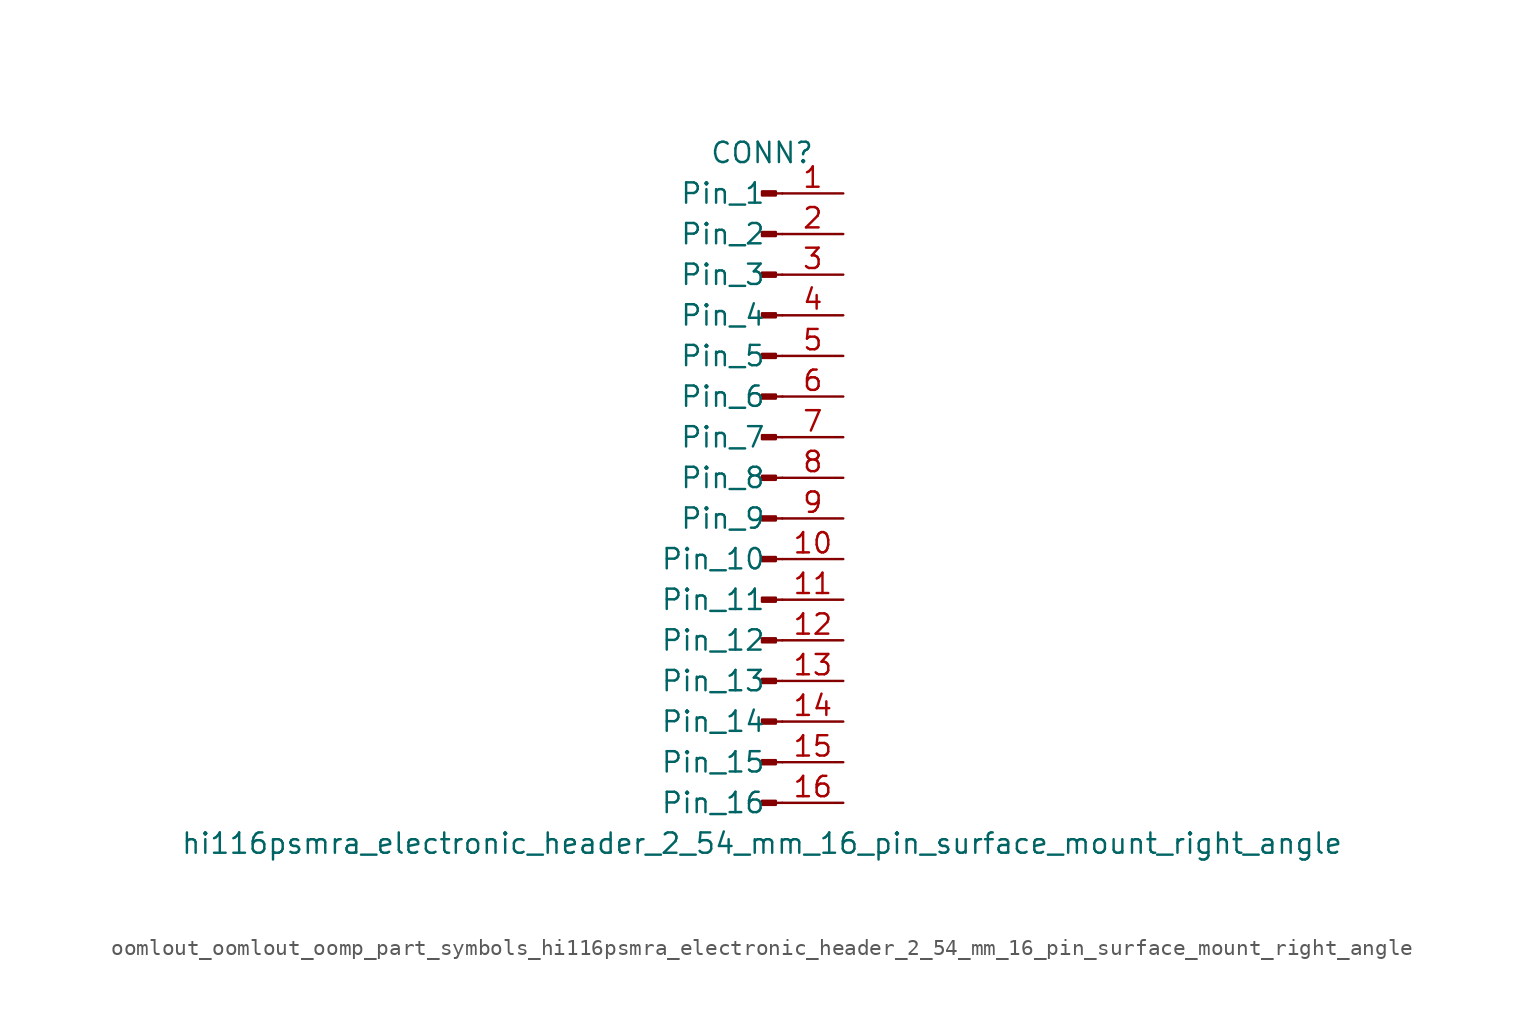
<source format=kicad_sym>
(kicad_symbol_lib
  (version 20220914)
  (generator kicad_symbol_editor)
  (symbol "oomlout_oomlout_oomp_part_symbols_hi116psmra_electronic_header_2_54_mm_16_pin_surface_mount_right_angle"
    (pin_names
      (offset 1.016))
    (property "Reference" "CONN"
      (at 0 20.32 0)
      (effects (font (size 1.27 1.27))))
    (property "Value" "hi116psmra_electronic_header_2_54_mm_16_pin_surface_mount_right_angle"
      (at 0 -22.86 0)
      (effects (font (size 1.27 1.27))))
    (property "ki_locked" ""
      (at 0 0 0)
      (effects (font (size 1.27 1.27))))
    (symbol "oomlout_oomlout_oomp_part_symbols_hi116psmra_electronic_header_2_54_mm_16_pin_surface_mount_right_angle_1_1"
      (polyline (pts (xy 1.27 -20.32) (xy 0.864 -20.32)) (stroke (width 0.152) (type default)) (fill (type none)))
      (polyline (pts (xy 1.27 -17.78) (xy 0.864 -17.78)) (stroke (width 0.152) (type default)) (fill (type none)))
      (polyline (pts (xy 1.27 -15.24) (xy 0.864 -15.24)) (stroke (width 0.152) (type default)) (fill (type none)))
      (polyline (pts (xy 1.27 -12.7) (xy 0.864 -12.7)) (stroke (width 0.152) (type default)) (fill (type none)))
      (polyline (pts (xy 1.27 -10.16) (xy 0.864 -10.16)) (stroke (width 0.152) (type default)) (fill (type none)))
      (polyline (pts (xy 1.27 -7.62) (xy 0.864 -7.62)) (stroke (width 0.152) (type default)) (fill (type none)))
      (polyline (pts (xy 1.27 -5.08) (xy 0.864 -5.08)) (stroke (width 0.152) (type default)) (fill (type none)))
      (polyline (pts (xy 1.27 -2.54) (xy 0.864 -2.54)) (stroke (width 0.152) (type default)) (fill (type none)))
      (polyline (pts (xy 1.27 0) (xy 0.864 0)) (stroke (width 0.152) (type default)) (fill (type none)))
      (polyline (pts (xy 1.27 2.54) (xy 0.864 2.54)) (stroke (width 0.152) (type default)) (fill (type none)))
      (polyline (pts (xy 1.27 5.08) (xy 0.864 5.08)) (stroke (width 0.152) (type default)) (fill (type none)))
      (polyline (pts (xy 1.27 7.62) (xy 0.864 7.62)) (stroke (width 0.152) (type default)) (fill (type none)))
      (polyline (pts (xy 1.27 10.16) (xy 0.864 10.16)) (stroke (width 0.152) (type default)) (fill (type none)))
      (polyline (pts (xy 1.27 12.7) (xy 0.864 12.7)) (stroke (width 0.152) (type default)) (fill (type none)))
      (polyline (pts (xy 1.27 15.24) (xy 0.864 15.24)) (stroke (width 0.152) (type default)) (fill (type none)))
      (polyline (pts (xy 1.27 17.78) (xy 0.864 17.78)) (stroke (width 0.152) (type default)) (fill (type none)))
      (rectangle (start 0.864 -20.193) (end 0 -20.447) (stroke (width 0.152) (type default)) (fill (type outline)))
      (rectangle (start 0.864 -17.653) (end 0 -17.907) (stroke (width 0.152) (type default)) (fill (type outline)))
      (rectangle (start 0.864 -15.113) (end 0 -15.367) (stroke (width 0.152) (type default)) (fill (type outline)))
      (rectangle (start 0.864 -12.573) (end 0 -12.827) (stroke (width 0.152) (type default)) (fill (type outline)))
      (rectangle (start 0.864 -10.033) (end 0 -10.287) (stroke (width 0.152) (type default)) (fill (type outline)))
      (rectangle (start 0.864 -7.493) (end 0 -7.747) (stroke (width 0.152) (type default)) (fill (type outline)))
      (rectangle (start 0.864 -4.953) (end 0 -5.207) (stroke (width 0.152) (type default)) (fill (type outline)))
      (rectangle (start 0.864 -2.413) (end 0 -2.667) (stroke (width 0.152) (type default)) (fill (type outline)))
      (rectangle (start 0.864 0.127) (end 0 -0.127) (stroke (width 0.152) (type default)) (fill (type outline)))
      (rectangle (start 0.864 2.667) (end 0 2.413) (stroke (width 0.152) (type default)) (fill (type outline)))
      (rectangle (start 0.864 5.207) (end 0 4.953) (stroke (width 0.152) (type default)) (fill (type outline)))
      (rectangle (start 0.864 7.747) (end 0 7.493) (stroke (width 0.152) (type default)) (fill (type outline)))
      (rectangle (start 0.864 10.287) (end 0 10.033) (stroke (width 0.152) (type default)) (fill (type outline)))
      (rectangle (start 0.864 12.827) (end 0 12.573) (stroke (width 0.152) (type default)) (fill (type outline)))
      (rectangle (start 0.864 15.367) (end 0 15.113) (stroke (width 0.152) (type default)) (fill (type outline)))
      (rectangle (start 0.864 17.907) (end 0 17.653) (stroke (width 0.152) (type default)) (fill (type outline)))
      (pin passive line (at 5.08 17.78 180) (length 3.81) (name "Pin_1" (effects (font (size 1.27 1.27)))) (number "1" (effects (font (size 1.27 1.27)))))
      (pin passive line (at 5.08 -5.08 180) (length 3.81) (name "Pin_10" (effects (font (size 1.27 1.27)))) (number "10" (effects (font (size 1.27 1.27)))))
      (pin passive line (at 5.08 -7.62 180) (length 3.81) (name "Pin_11" (effects (font (size 1.27 1.27)))) (number "11" (effects (font (size 1.27 1.27)))))
      (pin passive line (at 5.08 -10.16 180) (length 3.81) (name "Pin_12" (effects (font (size 1.27 1.27)))) (number "12" (effects (font (size 1.27 1.27)))))
      (pin passive line (at 5.08 -12.7 180) (length 3.81) (name "Pin_13" (effects (font (size 1.27 1.27)))) (number "13" (effects (font (size 1.27 1.27)))))
      (pin passive line (at 5.08 -15.24 180) (length 3.81) (name "Pin_14" (effects (font (size 1.27 1.27)))) (number "14" (effects (font (size 1.27 1.27)))))
      (pin passive line (at 5.08 -17.78 180) (length 3.81) (name "Pin_15" (effects (font (size 1.27 1.27)))) (number "15" (effects (font (size 1.27 1.27)))))
      (pin passive line (at 5.08 -20.32 180) (length 3.81) (name "Pin_16" (effects (font (size 1.27 1.27)))) (number "16" (effects (font (size 1.27 1.27)))))
      (pin passive line (at 5.08 15.24 180) (length 3.81) (name "Pin_2" (effects (font (size 1.27 1.27)))) (number "2" (effects (font (size 1.27 1.27)))))
      (pin passive line (at 5.08 12.7 180) (length 3.81) (name "Pin_3" (effects (font (size 1.27 1.27)))) (number "3" (effects (font (size 1.27 1.27)))))
      (pin passive line (at 5.08 10.16 180) (length 3.81) (name "Pin_4" (effects (font (size 1.27 1.27)))) (number "4" (effects (font (size 1.27 1.27)))))
      (pin passive line (at 5.08 7.62 180) (length 3.81) (name "Pin_5" (effects (font (size 1.27 1.27)))) (number "5" (effects (font (size 1.27 1.27)))))
      (pin passive line (at 5.08 5.08 180) (length 3.81) (name "Pin_6" (effects (font (size 1.27 1.27)))) (number "6" (effects (font (size 1.27 1.27)))))
      (pin passive line (at 5.08 2.54 180) (length 3.81) (name "Pin_7" (effects (font (size 1.27 1.27)))) (number "7" (effects (font (size 1.27 1.27)))))
      (pin passive line (at 5.08 0 180) (length 3.81) (name "Pin_8" (effects (font (size 1.27 1.27)))) (number "8" (effects (font (size 1.27 1.27)))))
      (pin passive line (at 5.08 -2.54 180) (length 3.81) (name "Pin_9" (effects (font (size 1.27 1.27)))) (number "9" (effects (font (size 1.27 1.27))))))))
</source>
